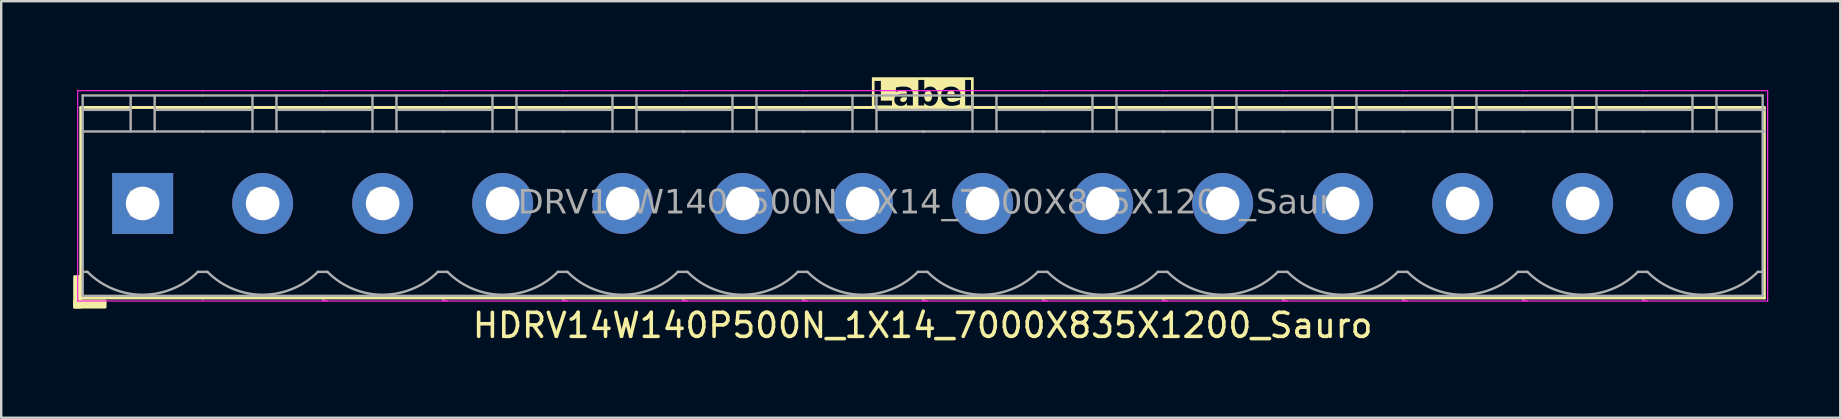
<source format=kicad_pcb>
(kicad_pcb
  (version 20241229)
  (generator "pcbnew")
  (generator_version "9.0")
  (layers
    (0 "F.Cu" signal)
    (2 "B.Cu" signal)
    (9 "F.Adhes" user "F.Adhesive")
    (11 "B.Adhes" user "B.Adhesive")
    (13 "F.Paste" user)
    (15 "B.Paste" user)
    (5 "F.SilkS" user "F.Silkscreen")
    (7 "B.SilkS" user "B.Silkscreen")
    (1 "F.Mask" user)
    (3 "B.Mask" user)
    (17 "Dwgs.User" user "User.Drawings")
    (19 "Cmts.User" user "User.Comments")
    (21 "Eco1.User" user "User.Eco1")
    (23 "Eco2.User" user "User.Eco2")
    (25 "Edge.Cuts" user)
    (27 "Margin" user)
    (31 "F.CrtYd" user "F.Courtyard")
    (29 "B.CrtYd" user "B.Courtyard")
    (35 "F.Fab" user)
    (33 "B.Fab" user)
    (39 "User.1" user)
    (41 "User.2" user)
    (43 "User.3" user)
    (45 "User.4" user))
  (footprint "HDRV14W140P500N_1X14_7000X835X1200_Sauro"
    (layer "F.Cu")
    (at 35.394 5.428)
    (property "Reference" "HDRV14W140P500N_1X14_7000X835X1200_Sauro" (at 0 5.08 0) (layer "F.SilkS") (effects (font (size 1 1) (thickness 0.15))))
    (property "Label" "Label" (at 0 -4.5 0) (layer "F.SilkS" knockout) (effects (font (face "Tahoma") (size 1 1) (thickness 0.2) (bold yes))))
    (attr through_hole)
    (fp_line (start -35.08 -4) (end -35.08 3.937) (stroke (width 0.12) (type solid)) (layer "F.SilkS"))
    (fp_line (start -35.08 3.937) (end -30 3.937) (stroke (width 0.12) (type solid)) (layer "F.SilkS"))
    (fp_line (start -30.005 -4) (end -35.08 -4) (stroke (width 0.12) (type solid)) (layer "F.SilkS"))
    (fp_line (start -30 3.937) (end -24.92 3.937) (stroke (width 0.12) (type solid)) (layer "F.SilkS"))
    (fp_line (start -25 3.937) (end -19.92 3.937) (stroke (width 0.12) (type solid)) (layer "F.SilkS"))
    (fp_line (start -24.93 -4) (end -30.005 -4) (stroke (width 0.12) (type solid)) (layer "F.SilkS"))
    (fp_line (start -20 3.937) (end -14.92 3.937) (stroke (width 0.12) (type solid)) (layer "F.SilkS"))
    (fp_line (start -19.93 -4) (end -25.005 -4) (stroke (width 0.12) (type solid)) (layer "F.SilkS"))
    (fp_line (start -15 3.937) (end -9.92 3.937) (stroke (width 0.12) (type solid)) (layer "F.SilkS"))
    (fp_line (start -14.93 -4) (end -20.005 -4) (stroke (width 0.12) (type solid)) (layer "F.SilkS"))
    (fp_line (start -10 3.937) (end -4.92 3.937) (stroke (width 0.12) (type solid)) (layer "F.SilkS"))
    (fp_line (start -9.93 -4) (end -15.005 -4) (stroke (width 0.12) (type solid)) (layer "F.SilkS"))
    (fp_line (start -5 3.937) (end 0.08 3.937) (stroke (width 0.12) (type solid)) (layer "F.SilkS"))
    (fp_line (start -4.93 -4) (end -10.005 -4) (stroke (width 0.12) (type solid)) (layer "F.SilkS"))
    (fp_line (start 0 3.937) (end 5.08 3.937) (stroke (width 0.12) (type solid)) (layer "F.SilkS"))
    (fp_line (start 0.07 -4) (end -5.005 -4) (stroke (width 0.12) (type solid)) (layer "F.SilkS"))
    (fp_line (start 5 3.937) (end 10.08 3.937) (stroke (width 0.12) (type solid)) (layer "F.SilkS"))
    (fp_line (start 5.07 -4) (end -0.005 -4) (stroke (width 0.12) (type solid)) (layer "F.SilkS"))
    (fp_line (start 10 3.937) (end 15.08 3.937) (stroke (width 0.12) (type solid)) (layer "F.SilkS"))
    (fp_line (start 10.07 -4) (end 4.995 -4) (stroke (width 0.12) (type solid)) (layer "F.SilkS"))
    (fp_line (start 15 3.937) (end 20.08 3.937) (stroke (width 0.12) (type solid)) (layer "F.SilkS"))
    (fp_line (start 15.07 -4) (end 9.995 -4) (stroke (width 0.12) (type solid)) (layer "F.SilkS"))
    (fp_line (start 20 3.937) (end 25.08 3.937) (stroke (width 0.12) (type solid)) (layer "F.SilkS"))
    (fp_line (start 20.07 -4) (end 14.995 -4) (stroke (width 0.12) (type solid)) (layer "F.SilkS"))
    (fp_line (start 25 3.937) (end 30.08 3.937) (stroke (width 0.12) (type solid)) (layer "F.SilkS"))
    (fp_line (start 25.07 -4) (end 19.995 -4) (stroke (width 0.12) (type solid)) (layer "F.SilkS"))
    (fp_line (start 30 3.937) (end 35.08 3.937) (stroke (width 0.12) (type solid)) (layer "F.SilkS"))
    (fp_line (start 30.07 -4) (end 24.995 -4) (stroke (width 0.12) (type solid)) (layer "F.SilkS"))
    (fp_line (start 35.07 -4) (end 29.995 -4) (stroke (width 0.12) (type solid)) (layer "F.SilkS"))
    (fp_line (start 35.07 -4) (end 35.07 3.937) (stroke (width 0.12) (type solid)) (layer "F.SilkS"))
    (fp_rect (start -35.08 3.048) (end -35.334 4.318) (stroke (width 0.12) (type solid)) (fill yes) (layer "F.SilkS"))
    (fp_rect (start -34.064 4.318) (end -35.334 4.064) (stroke (width 0.12) (type solid)) (fill yes) (layer "F.SilkS"))
    (fp_line (start -35.207 4.064) (end -35.207 -4.699) (stroke (width 0.05) (type solid)) (layer "F.CrtYd"))
    (fp_line (start -30.005 4.064) (end -35.207 4.064) (stroke (width 0.05) (type solid)) (layer "F.CrtYd"))
    (fp_line (start -30 -4.699) (end -35.207 -4.699) (stroke (width 0.05) (type solid)) (layer "F.CrtYd"))
    (fp_line (start -24.793 -4.699) (end -30 -4.699) (stroke (width 0.05) (type solid)) (layer "F.CrtYd"))
    (fp_line (start -24.793 4.064) (end -30.005 4.064) (stroke (width 0.05) (type solid)) (layer "F.CrtYd"))
    (fp_line (start -19.793 -4.699) (end -25 -4.699) (stroke (width 0.05) (type solid)) (layer "F.CrtYd"))
    (fp_line (start -19.793 4.064) (end -25.005 4.064) (stroke (width 0.05) (type solid)) (layer "F.CrtYd"))
    (fp_line (start -14.793 -4.699) (end -20 -4.699) (stroke (width 0.05) (type solid)) (layer "F.CrtYd"))
    (fp_line (start -14.793 4.064) (end -20.005 4.064) (stroke (width 0.05) (type solid)) (layer "F.CrtYd"))
    (fp_line (start -9.793 -4.699) (end -15 -4.699) (stroke (width 0.05) (type solid)) (layer "F.CrtYd"))
    (fp_line (start -9.793 4.064) (end -15.005 4.064) (stroke (width 0.05) (type solid)) (layer "F.CrtYd"))
    (fp_line (start -4.793 -4.699) (end -10 -4.699) (stroke (width 0.05) (type solid)) (layer "F.CrtYd"))
    (fp_line (start -4.793 4.064) (end -10.005 4.064) (stroke (width 0.05) (type solid)) (layer "F.CrtYd"))
    (fp_line (start 0.207 -4.699) (end -5 -4.699) (stroke (width 0.05) (type solid)) (layer "F.CrtYd"))
    (fp_line (start 0.207 4.064) (end -5.005 4.064) (stroke (width 0.05) (type solid)) (layer "F.CrtYd"))
    (fp_line (start 5.207 -4.699) (end 0 -4.699) (stroke (width 0.05) (type solid)) (layer "F.CrtYd"))
    (fp_line (start 5.207 4.064) (end -0.005 4.064) (stroke (width 0.05) (type solid)) (layer "F.CrtYd"))
    (fp_line (start 10.207 -4.699) (end 5 -4.699) (stroke (width 0.05) (type solid)) (layer "F.CrtYd"))
    (fp_line (start 10.207 4.064) (end 4.995 4.064) (stroke (width 0.05) (type solid)) (layer "F.CrtYd"))
    (fp_line (start 15.207 -4.699) (end 10 -4.699) (stroke (width 0.05) (type solid)) (layer "F.CrtYd"))
    (fp_line (start 15.207 4.064) (end 9.995 4.064) (stroke (width 0.05) (type solid)) (layer "F.CrtYd"))
    (fp_line (start 20.207 -4.699) (end 15 -4.699) (stroke (width 0.05) (type solid)) (layer "F.CrtYd"))
    (fp_line (start 20.207 4.064) (end 14.995 4.064) (stroke (width 0.05) (type solid)) (layer "F.CrtYd"))
    (fp_line (start 25.207 -4.699) (end 20 -4.699) (stroke (width 0.05) (type solid)) (layer "F.CrtYd"))
    (fp_line (start 25.207 4.064) (end 19.995 4.064) (stroke (width 0.05) (type solid)) (layer "F.CrtYd"))
    (fp_line (start 30.207 -4.699) (end 25 -4.699) (stroke (width 0.05) (type solid)) (layer "F.CrtYd"))
    (fp_line (start 30.207 4.064) (end 24.995 4.064) (stroke (width 0.05) (type solid)) (layer "F.CrtYd"))
    (fp_line (start 35.207 -4.699) (end 30 -4.699) (stroke (width 0.05) (type solid)) (layer "F.CrtYd"))
    (fp_line (start 35.207 -4.699) (end 35.207 4.064) (stroke (width 0.05) (type solid)) (layer "F.CrtYd"))
    (fp_line (start 35.207 4.064) (end 29.995 4.064) (stroke (width 0.05) (type solid)) (layer "F.CrtYd"))
    (fp_line (start -35 -4.5) (end -35 3.85) (stroke (width 0.1) (type solid)) (layer "F.Fab"))
    (fp_line (start -34.8 2.85) (end -35 2.85) (stroke (width 0.1) (type solid)) (layer "F.Fab"))
    (fp_line (start -33 -4.5) (end -33 -3) (stroke (width 0.1) (type default)) (layer "F.Fab"))
    (fp_line (start -33 -3.9) (end -35 -3.9) (stroke (width 0.1) (type solid)) (layer "F.Fab"))
    (fp_line (start -32 -4.5) (end -32 -3) (stroke (width 0.1) (type default)) (layer "F.Fab"))
    (fp_line (start -32 -3.9) (end -30 -3.9) (stroke (width 0.1) (type solid)) (layer "F.Fab"))
    (fp_line (start -30.2 2.85) (end -29.8 2.85) (stroke (width 0.1) (type solid)) (layer "F.Fab"))
    (fp_line (start -30 -4.5) (end -35 -4.5) (stroke (width 0.1) (type solid)) (layer "F.Fab"))
    (fp_line (start -30 -3) (end -35 -3) (stroke (width 0.1) (type solid)) (layer "F.Fab"))
    (fp_line (start -30 3.85) (end -35 3.85) (stroke (width 0.1) (type solid)) (layer "F.Fab"))
    (fp_line (start -30 3.85) (end -25 3.85) (stroke (width 0.1) (type solid)) (layer "F.Fab"))
    (fp_line (start -27.925 -4.5) (end -27.925 -3) (stroke (width 0.1) (type default)) (layer "F.Fab"))
    (fp_line (start -27.925 -3.9) (end -30 -3.9) (stroke (width 0.1) (type solid)) (layer "F.Fab"))
    (fp_line (start -26.925 -4.5) (end -26.925 -3) (stroke (width 0.1) (type default)) (layer "F.Fab"))
    (fp_line (start -26.925 -3.9) (end -24.925 -3.9) (stroke (width 0.1) (type solid)) (layer "F.Fab"))
    (fp_line (start -25.2 2.85) (end -24.8 2.85) (stroke (width 0.1) (type solid)) (layer "F.Fab"))
    (fp_line (start -25 -4.5) (end -30 -4.5) (stroke (width 0.1) (type solid)) (layer "F.Fab"))
    (fp_line (start -25 3.85) (end -20 3.85) (stroke (width 0.1) (type solid)) (layer "F.Fab"))
    (fp_line (start -24.925 -3) (end -30 -3) (stroke (width 0.1) (type solid)) (layer "F.Fab"))
    (fp_line (start -22.925 -4.5) (end -22.925 -3) (stroke (width 0.1) (type default)) (layer "F.Fab"))
    (fp_line (start -22.925 -3.9) (end -25 -3.9) (stroke (width 0.1) (type solid)) (layer "F.Fab"))
    (fp_line (start -21.925 -4.5) (end -21.925 -3) (stroke (width 0.1) (type default)) (layer "F.Fab"))
    (fp_line (start -21.925 -3.9) (end -19.925 -3.9) (stroke (width 0.1) (type solid)) (layer "F.Fab"))
    (fp_line (start -20.2 2.85) (end -19.8 2.85) (stroke (width 0.1) (type solid)) (layer "F.Fab"))
    (fp_line (start -20 -4.5) (end -25 -4.5) (stroke (width 0.1) (type solid)) (layer "F.Fab"))
    (fp_line (start -20 3.85) (end -15 3.85) (stroke (width 0.1) (type solid)) (layer "F.Fab"))
    (fp_line (start -19.925 -3) (end -25 -3) (stroke (width 0.1) (type solid)) (layer "F.Fab"))
    (fp_line (start -17.925 -4.5) (end -17.925 -3) (stroke (width 0.1) (type default)) (layer "F.Fab"))
    (fp_line (start -17.925 -3.9) (end -20 -3.9) (stroke (width 0.1) (type solid)) (layer "F.Fab"))
    (fp_line (start -16.925 -4.5) (end -16.925 -3) (stroke (width 0.1) (type default)) (layer "F.Fab"))
    (fp_line (start -16.925 -3.9) (end -14.925 -3.9) (stroke (width 0.1) (type solid)) (layer "F.Fab"))
    (fp_line (start -15.2 2.85) (end -14.8 2.85) (stroke (width 0.1) (type solid)) (layer "F.Fab"))
    (fp_line (start -15 -4.5) (end -20 -4.5) (stroke (width 0.1) (type solid)) (layer "F.Fab"))
    (fp_line (start -15 3.85) (end -10 3.85) (stroke (width 0.1) (type solid)) (layer "F.Fab"))
    (fp_line (start -14.925 -3) (end -20 -3) (stroke (width 0.1) (type solid)) (layer "F.Fab"))
    (fp_line (start -12.925 -4.5) (end -12.925 -3) (stroke (width 0.1) (type default)) (layer "F.Fab"))
    (fp_line (start -12.925 -3.9) (end -15 -3.9) (stroke (width 0.1) (type solid)) (layer "F.Fab"))
    (fp_line (start -11.925 -4.5) (end -11.925 -3) (stroke (width 0.1) (type default)) (layer "F.Fab"))
    (fp_line (start -11.925 -3.9) (end -9.925 -3.9) (stroke (width 0.1) (type solid)) (layer "F.Fab"))
    (fp_line (start -10.2 2.85) (end -9.8 2.85) (stroke (width 0.1) (type solid)) (layer "F.Fab"))
    (fp_line (start -10 -4.5) (end -15 -4.5) (stroke (width 0.1) (type solid)) (layer "F.Fab"))
    (fp_line (start -10 3.85) (end -5 3.85) (stroke (width 0.1) (type solid)) (layer "F.Fab"))
    (fp_line (start -9.925 -3) (end -15 -3) (stroke (width 0.1) (type solid)) (layer "F.Fab"))
    (fp_line (start -7.925 -4.5) (end -7.925 -3) (stroke (width 0.1) (type default)) (layer "F.Fab"))
    (fp_line (start -7.925 -3.9) (end -10 -3.9) (stroke (width 0.1) (type solid)) (layer "F.Fab"))
    (fp_line (start -6.925 -4.5) (end -6.925 -3) (stroke (width 0.1) (type default)) (layer "F.Fab"))
    (fp_line (start -6.925 -3.9) (end -4.925 -3.9) (stroke (width 0.1) (type solid)) (layer "F.Fab"))
    (fp_line (start -5.2 2.85) (end -4.8 2.85) (stroke (width 0.1) (type solid)) (layer "F.Fab"))
    (fp_line (start -5 -4.5) (end -10 -4.5) (stroke (width 0.1) (type solid)) (layer "F.Fab"))
    (fp_line (start -5 3.85) (end 0 3.85) (stroke (width 0.1) (type solid)) (layer "F.Fab"))
    (fp_line (start -4.925 -3) (end -10 -3) (stroke (width 0.1) (type solid)) (layer "F.Fab"))
    (fp_line (start -2.925 -4.5) (end -2.925 -3) (stroke (width 0.1) (type default)) (layer "F.Fab"))
    (fp_line (start -2.925 -3.9) (end -5 -3.9) (stroke (width 0.1) (type solid)) (layer "F.Fab"))
    (fp_line (start -1.925 -4.5) (end -1.925 -3) (stroke (width 0.1) (type default)) (layer "F.Fab"))
    (fp_line (start -1.925 -3.9) (end 0.075 -3.9) (stroke (width 0.1) (type solid)) (layer "F.Fab"))
    (fp_line (start -0.2 2.85) (end 0.2 2.85) (stroke (width 0.1) (type solid)) (layer "F.Fab"))
    (fp_line (start 0 -4.5) (end -5 -4.5) (stroke (width 0.1) (type solid)) (layer "F.Fab"))
    (fp_line (start 0 3.85) (end 5 3.85) (stroke (width 0.1) (type solid)) (layer "F.Fab"))
    (fp_line (start 0.075 -3) (end -5 -3) (stroke (width 0.1) (type solid)) (layer "F.Fab"))
    (fp_line (start 2.075 -4.5) (end 2.075 -3) (stroke (width 0.1) (type default)) (layer "F.Fab"))
    (fp_line (start 2.075 -3.9) (end 0 -3.9) (stroke (width 0.1) (type solid)) (layer "F.Fab"))
    (fp_line (start 3.075 -4.5) (end 3.075 -3) (stroke (width 0.1) (type default)) (layer "F.Fab"))
    (fp_line (start 3.075 -3.9) (end 5.075 -3.9) (stroke (width 0.1) (type solid)) (layer "F.Fab"))
    (fp_line (start 4.8 2.85) (end 5.2 2.85) (stroke (width 0.1) (type solid)) (layer "F.Fab"))
    (fp_line (start 5 -4.5) (end 0 -4.5) (stroke (width 0.1) (type solid)) (layer "F.Fab"))
    (fp_line (start 5 3.85) (end 10 3.85) (stroke (width 0.1) (type solid)) (layer "F.Fab"))
    (fp_line (start 5.075 -3) (end 0 -3) (stroke (width 0.1) (type solid)) (layer "F.Fab"))
    (fp_line (start 7.075 -4.5) (end 7.075 -3) (stroke (width 0.1) (type default)) (layer "F.Fab"))
    (fp_line (start 7.075 -3.9) (end 5 -3.9) (stroke (width 0.1) (type solid)) (layer "F.Fab"))
    (fp_line (start 8.075 -4.5) (end 8.075 -3) (stroke (width 0.1) (type default)) (layer "F.Fab"))
    (fp_line (start 8.075 -3.9) (end 10.075 -3.9) (stroke (width 0.1) (type solid)) (layer "F.Fab"))
    (fp_line (start 9.8 2.85) (end 10.2 2.85) (stroke (width 0.1) (type solid)) (layer "F.Fab"))
    (fp_line (start 10 -4.5) (end 5 -4.5) (stroke (width 0.1) (type solid)) (layer "F.Fab"))
    (fp_line (start 10 3.85) (end 15 3.85) (stroke (width 0.1) (type solid)) (layer "F.Fab"))
    (fp_line (start 10.075 -3) (end 5 -3) (stroke (width 0.1) (type solid)) (layer "F.Fab"))
    (fp_line (start 12.075 -4.5) (end 12.075 -3) (stroke (width 0.1) (type default)) (layer "F.Fab"))
    (fp_line (start 12.075 -3.9) (end 10 -3.9) (stroke (width 0.1) (type solid)) (layer "F.Fab"))
    (fp_line (start 13.075 -4.5) (end 13.075 -3) (stroke (width 0.1) (type default)) (layer "F.Fab"))
    (fp_line (start 13.075 -3.9) (end 15.075 -3.9) (stroke (width 0.1) (type solid)) (layer "F.Fab"))
    (fp_line (start 14.8 2.85) (end 15.2 2.85) (stroke (width 0.1) (type solid)) (layer "F.Fab"))
    (fp_line (start 15 -4.5) (end 10 -4.5) (stroke (width 0.1) (type solid)) (layer "F.Fab"))
    (fp_line (start 15 3.85) (end 20 3.85) (stroke (width 0.1) (type solid)) (layer "F.Fab"))
    (fp_line (start 15.075 -3) (end 10 -3) (stroke (width 0.1) (type solid)) (layer "F.Fab"))
    (fp_line (start 17.075 -4.5) (end 17.075 -3) (stroke (width 0.1) (type default)) (layer "F.Fab"))
    (fp_line (start 17.075 -3.9) (end 15 -3.9) (stroke (width 0.1) (type solid)) (layer "F.Fab"))
    (fp_line (start 18.075 -4.5) (end 18.075 -3) (stroke (width 0.1) (type default)) (layer "F.Fab"))
    (fp_line (start 18.075 -3.9) (end 20.075 -3.9) (stroke (width 0.1) (type solid)) (layer "F.Fab"))
    (fp_line (start 19.8 2.85) (end 20.2 2.85) (stroke (width 0.1) (type solid)) (layer "F.Fab"))
    (fp_line (start 20 -4.5) (end 15 -4.5) (stroke (width 0.1) (type solid)) (layer "F.Fab"))
    (fp_line (start 20 3.85) (end 25 3.85) (stroke (width 0.1) (type solid)) (layer "F.Fab"))
    (fp_line (start 20.075 -3) (end 15 -3) (stroke (width 0.1) (type solid)) (layer "F.Fab"))
    (fp_line (start 22.075 -4.5) (end 22.075 -3) (stroke (width 0.1) (type default)) (layer "F.Fab"))
    (fp_line (start 22.075 -3.9) (end 20 -3.9) (stroke (width 0.1) (type solid)) (layer "F.Fab"))
    (fp_line (start 23.075 -4.5) (end 23.075 -3) (stroke (width 0.1) (type default)) (layer "F.Fab"))
    (fp_line (start 23.075 -3.9) (end 25.075 -3.9) (stroke (width 0.1) (type solid)) (layer "F.Fab"))
    (fp_line (start 24.8 2.85) (end 25.2 2.85) (stroke (width 0.1) (type solid)) (layer "F.Fab"))
    (fp_line (start 25 -4.5) (end 20 -4.5) (stroke (width 0.1) (type solid)) (layer "F.Fab"))
    (fp_line (start 25 3.85) (end 30 3.85) (stroke (width 0.1) (type solid)) (layer "F.Fab"))
    (fp_line (start 25.075 -3) (end 20 -3) (stroke (width 0.1) (type solid)) (layer "F.Fab"))
    (fp_line (start 27.075 -4.5) (end 27.075 -3) (stroke (width 0.1) (type default)) (layer "F.Fab"))
    (fp_line (start 27.075 -3.9) (end 25 -3.9) (stroke (width 0.1) (type solid)) (layer "F.Fab"))
    (fp_line (start 28.075 -4.5) (end 28.075 -3) (stroke (width 0.1) (type default)) (layer "F.Fab"))
    (fp_line (start 28.075 -3.9) (end 30.075 -3.9) (stroke (width 0.1) (type solid)) (layer "F.Fab"))
    (fp_line (start 29.8 2.85) (end 30.2 2.85) (stroke (width 0.1) (type solid)) (layer "F.Fab"))
    (fp_line (start 30 -4.5) (end 25 -4.5) (stroke (width 0.1) (type solid)) (layer "F.Fab"))
    (fp_line (start 30 3.85) (end 35 3.85) (stroke (width 0.1) (type solid)) (layer "F.Fab"))
    (fp_line (start 30.075 -3) (end 25 -3) (stroke (width 0.1) (type solid)) (layer "F.Fab"))
    (fp_line (start 32.075 -4.5) (end 32.075 -3) (stroke (width 0.1) (type default)) (layer "F.Fab"))
    (fp_line (start 32.075 -3.9) (end 30 -3.9) (stroke (width 0.1) (type solid)) (layer "F.Fab"))
    (fp_line (start 33.075 -4.5) (end 33.075 -3) (stroke (width 0.1) (type default)) (layer "F.Fab"))
    (fp_line (start 33.075 -3.9) (end 35.075 -3.9) (stroke (width 0.1) (type solid)) (layer "F.Fab"))
    (fp_line (start 35 -4.5) (end 30 -4.5) (stroke (width 0.1) (type solid)) (layer "F.Fab"))
    (fp_line (start 35 -4.5) (end 35 3.85) (stroke (width 0.1) (type solid)) (layer "F.Fab"))
    (fp_line (start 35 2.85) (end 34.8 2.85) (stroke (width 0.1) (type solid)) (layer "F.Fab"))
    (fp_line (start 35.075 -3) (end 30 -3) (stroke (width 0.1) (type solid)) (layer "F.Fab"))
    (fp_rect (start -33 -0.5) (end -32 0.5) (stroke (width 0.1) (type solid)) (fill no) (layer "F.Fab"))
    (fp_rect (start -28 -0.5) (end -27 0.5) (stroke (width 0.1) (type solid)) (fill no) (layer "F.Fab"))
    (fp_rect (start -23 -0.5) (end -22 0.5) (stroke (width 0.1) (type solid)) (fill no) (layer "F.Fab"))
    (fp_rect (start -18 -0.5) (end -17 0.5) (stroke (width 0.1) (type solid)) (fill no) (layer "F.Fab"))
    (fp_rect (start -13 -0.5) (end -12 0.5) (stroke (width 0.1) (type solid)) (fill no) (layer "F.Fab"))
    (fp_rect (start -8 -0.5) (end -7 0.5) (stroke (width 0.1) (type solid)) (fill no) (layer "F.Fab"))
    (fp_rect (start -3 -0.5) (end -2 0.5) (stroke (width 0.1) (type solid)) (fill no) (layer "F.Fab"))
    (fp_rect (start 2 -0.5) (end 3 0.5) (stroke (width 0.1) (type solid)) (fill no) (layer "F.Fab"))
    (fp_rect (start 7 -0.5) (end 8 0.5) (stroke (width 0.1) (type solid)) (fill no) (layer "F.Fab"))
    (fp_rect (start 12 -0.5) (end 13 0.5) (stroke (width 0.1) (type solid)) (fill no) (layer "F.Fab"))
    (fp_rect (start 17 -0.5) (end 18 0.5) (stroke (width 0.1) (type solid)) (fill no) (layer "F.Fab"))
    (fp_rect (start 22 -0.5) (end 23 0.5) (stroke (width 0.1) (type solid)) (fill no) (layer "F.Fab"))
    (fp_rect (start 27 -0.5) (end 28 0.5) (stroke (width 0.1) (type solid)) (fill no) (layer "F.Fab"))
    (fp_rect (start 32 -0.5) (end 33 0.5) (stroke (width 0.1) (type solid)) (fill no) (layer "F.Fab"))
    (fp_arc (start -30.2 2.85) (mid -32.5 3.802691) (end -34.8 2.85) (stroke (width 0.1) (type default)) (layer "F.Fab"))
    (fp_arc (start -25.2 2.85) (mid -27.5 3.802691) (end -29.8 2.85) (stroke (width 0.1) (type default)) (layer "F.Fab"))
    (fp_arc (start -20.2 2.85) (mid -22.5 3.802691) (end -24.8 2.85) (stroke (width 0.1) (type default)) (layer "F.Fab"))
    (fp_arc (start -15.2 2.85) (mid -17.5 3.802691) (end -19.8 2.85) (stroke (width 0.1) (type default)) (layer "F.Fab"))
    (fp_arc (start -10.2 2.85) (mid -12.5 3.802691) (end -14.8 2.85) (stroke (width 0.1) (type default)) (layer "F.Fab"))
    (fp_arc (start -5.2 2.85) (mid -7.5 3.802691) (end -9.8 2.85) (stroke (width 0.1) (type default)) (layer "F.Fab"))
    (fp_arc (start -0.2 2.85) (mid -2.5 3.802691) (end -4.8 2.85) (stroke (width 0.1) (type default)) (layer "F.Fab"))
    (fp_arc (start 4.8 2.85) (mid 2.5 3.802691) (end 0.2 2.85) (stroke (width 0.1) (type default)) (layer "F.Fab"))
    (fp_arc (start 9.8 2.85) (mid 7.5 3.802691) (end 5.2 2.85) (stroke (width 0.1) (type default)) (layer "F.Fab"))
    (fp_arc (start 14.8 2.85) (mid 12.5 3.802691) (end 10.2 2.85) (stroke (width 0.1) (type default)) (layer "F.Fab"))
    (fp_arc (start 19.8 2.85) (mid 17.5 3.802691) (end 15.2 2.85) (stroke (width 0.1) (type default)) (layer "F.Fab"))
    (fp_arc (start 24.8 2.85) (mid 22.5 3.802691) (end 20.2 2.85) (stroke (width 0.1) (type default)) (layer "F.Fab"))
    (fp_arc (start 29.8 2.85) (mid 27.5 3.802691) (end 25.2 2.85) (stroke (width 0.1) (type default)) (layer "F.Fab"))
    (fp_arc (start 34.8 2.85) (mid 32.5 3.802691) (end 30.2 2.85) (stroke (width 0.1) (type default)) (layer "F.Fab"))
    (fp_text user "${REFERENCE}" (at 0 0 0) (layer "F.Fab") (effects (font (face "Tahoma") (size 1 1) (thickness 0.15))))
    (pad "1" thru_hole rect (at -32.5 0) (size 2.54 2.54) (drill 1.4) (layers "*.Cu" "*.Mask"))
    (pad "2" thru_hole circle (at -27.5 0) (size 2.54 2.54) (drill 1.4) (layers "*.Cu" "*.Mask"))
    (pad "3" thru_hole circle (at -22.5 0) (size 2.54 2.54) (drill 1.4) (layers "*.Cu" "*.Mask"))
    (pad "4" thru_hole circle (at -17.5 0) (size 2.54 2.54) (drill 1.4) (layers "*.Cu" "*.Mask"))
    (pad "5" thru_hole circle (at -12.5 0) (size 2.54 2.54) (drill 1.4) (layers "*.Cu" "*.Mask"))
    (pad "6" thru_hole circle (at -7.5 0) (size 2.54 2.54) (drill 1.4) (layers "*.Cu" "*.Mask"))
    (pad "7" thru_hole circle (at -2.5 0) (size 2.54 2.54) (drill 1.4) (layers "*.Cu" "*.Mask"))
    (pad "8" thru_hole circle (at 2.5 0) (size 2.54 2.54) (drill 1.4) (layers "*.Cu" "*.Mask"))
    (pad "9" thru_hole circle (at 7.5 0) (size 2.54 2.54) (drill 1.4) (layers "*.Cu" "*.Mask"))
    (pad "10" thru_hole circle (at 12.5 0) (size 2.54 2.54) (drill 1.4) (layers "*.Cu" "*.Mask"))
    (pad "11" thru_hole circle (at 17.5 0) (size 2.54 2.54) (drill 1.4) (layers "*.Cu" "*.Mask"))
    (pad "12" thru_hole circle (at 22.5 0) (size 2.54 2.54) (drill 1.4) (layers "*.Cu" "*.Mask"))
    (pad "13" thru_hole circle (at 27.5 0) (size 2.54 2.54) (drill 1.4) (layers "*.Cu" "*.Mask"))
    (pad "14" thru_hole circle (at 32.5 0) (size 2.54 2.54) (drill 1.4) (layers "*.Cu" "*.Mask")))
  (gr_rect
    (start -3 -3)
    (end 73.626 14.356)
    (stroke (width 0.1) (type default))
    (fill no)
    (layer "Edge.Cuts")))
</source>
